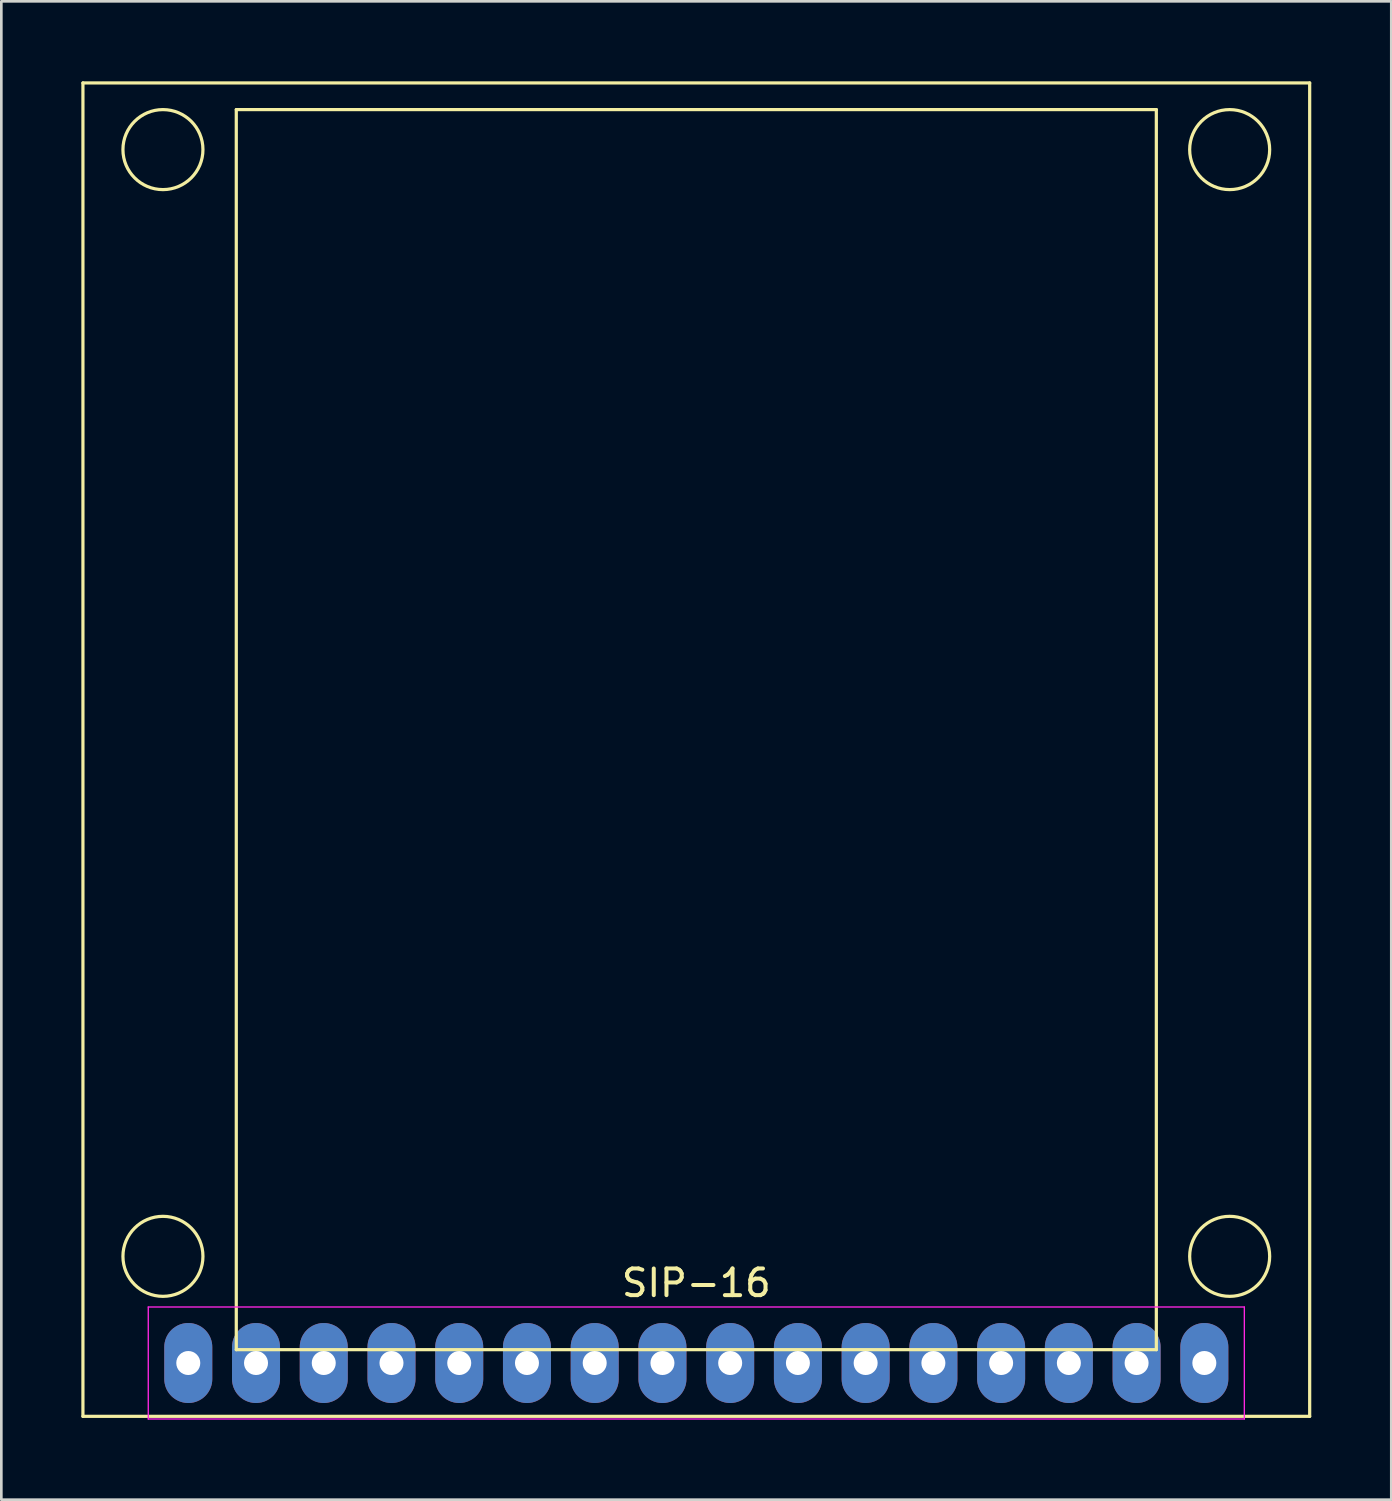
<source format=kicad_pcb>
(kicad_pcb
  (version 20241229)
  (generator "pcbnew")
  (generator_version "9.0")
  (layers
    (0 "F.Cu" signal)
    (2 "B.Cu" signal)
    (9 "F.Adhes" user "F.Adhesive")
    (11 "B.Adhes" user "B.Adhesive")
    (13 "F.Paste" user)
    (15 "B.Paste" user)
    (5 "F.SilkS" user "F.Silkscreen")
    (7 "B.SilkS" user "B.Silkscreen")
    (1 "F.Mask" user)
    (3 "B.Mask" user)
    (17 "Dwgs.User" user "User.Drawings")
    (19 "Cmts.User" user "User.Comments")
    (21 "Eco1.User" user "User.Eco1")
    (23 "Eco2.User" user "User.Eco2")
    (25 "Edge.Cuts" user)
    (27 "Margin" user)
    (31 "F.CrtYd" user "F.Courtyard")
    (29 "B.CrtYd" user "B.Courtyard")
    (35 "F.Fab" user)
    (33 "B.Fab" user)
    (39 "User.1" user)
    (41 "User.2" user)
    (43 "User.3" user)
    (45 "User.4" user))
  (footprint "SIP-16"
    (layer "F.Cu")
    (at 23.06 48.06)
    (property "Reference" "SIP-16" (at 0 -3 0) (layer "F.SilkS") (effects (font (size 1 1) (thickness 0.15))))
    (attr through_hole)
    (fp_line (start -23 -48) (end 23 -48) (stroke (width 0.12) (type solid)) (layer "F.SilkS"))
    (fp_line (start -23 2) (end -23 -48) (stroke (width 0.12) (type solid)) (layer "F.SilkS"))
    (fp_line (start -17.25 -47) (end 17.25 -47) (stroke (width 0.12) (type solid)) (layer "F.SilkS"))
    (fp_line (start -17.25 -0.5) (end -17.25 -47) (stroke (width 0.12) (type solid)) (layer "F.SilkS"))
    (fp_line (start 17.25 -47) (end 17.25 -0.5) (stroke (width 0.12) (type solid)) (layer "F.SilkS"))
    (fp_line (start 17.25 -0.5) (end -17.25 -0.5) (stroke (width 0.12) (type solid)) (layer "F.SilkS"))
    (fp_line (start 23 2) (end -23 2) (stroke (width 0.12) (type solid)) (layer "F.SilkS"))
    (fp_line (start 23 2) (end 23 -48) (stroke (width 0.12) (type solid)) (layer "F.SilkS"))
    (fp_circle (center -20 -45.5) (end -18.5 -45.5) (stroke (width 0.12) (type solid)) (fill no) (layer "F.SilkS"))
    (fp_circle (center -20 -4) (end -18.5 -4) (stroke (width 0.12) (type solid)) (fill no) (layer "F.SilkS"))
    (fp_circle (center 20 -45.5) (end 21.5 -45.5) (stroke (width 0.12) (type solid)) (fill no) (layer "F.SilkS"))
    (fp_circle (center 20 -4) (end 21.5 -4) (stroke (width 0.12) (type solid)) (fill no) (layer "F.SilkS"))
    (fp_line (start -20.55 -2.1) (end 20.55 -2.1) (stroke (width 0.05) (type solid)) (layer "F.CrtYd"))
    (fp_line (start -20.55 2.1) (end -20.55 -2.1) (stroke (width 0.05) (type solid)) (layer "F.CrtYd"))
    (fp_line (start 20.55 -2.1) (end 20.55 2.1) (stroke (width 0.05) (type solid)) (layer "F.CrtYd"))
    (fp_line (start 20.55 2.1) (end -20.55 2.1) (stroke (width 0.05) (type solid)) (layer "F.CrtYd"))
    (pad "1" thru_hole oval (at -19.05 0) (size 1.8 3) (drill 0.9) (layers "*.Cu" "*.Mask"))
    (pad "2" thru_hole oval (at -16.51 0) (size 1.8 3) (drill 0.9) (layers "*.Cu" "*.Mask"))
    (pad "3" thru_hole oval (at -13.97 0) (size 1.8 3) (drill 0.9) (layers "*.Cu" "*.Mask"))
    (pad "4" thru_hole oval (at -11.43 0) (size 1.8 3) (drill 0.9) (layers "*.Cu" "*.Mask"))
    (pad "5" thru_hole oval (at -8.89 0) (size 1.8 3) (drill 0.9) (layers "*.Cu" "*.Mask"))
    (pad "6" thru_hole oval (at -6.35 0) (size 1.8 3) (drill 0.9) (layers "*.Cu" "*.Mask"))
    (pad "7" thru_hole oval (at -3.81 0) (size 1.8 3) (drill 0.9) (layers "*.Cu" "*.Mask"))
    (pad "8" thru_hole oval (at -1.27 0) (size 1.8 3) (drill 0.9) (layers "*.Cu" "*.Mask"))
    (pad "9" thru_hole oval (at 1.27 0) (size 1.8 3) (drill 0.9) (layers "*.Cu" "*.Mask"))
    (pad "10" thru_hole oval (at 3.81 0) (size 1.8 3) (drill 0.9) (layers "*.Cu" "*.Mask"))
    (pad "11" thru_hole oval (at 6.35 0) (size 1.8 3) (drill 0.9) (layers "*.Cu" "*.Mask"))
    (pad "12" thru_hole oval (at 8.89 0) (size 1.8 3) (drill 0.9) (layers "*.Cu" "*.Mask"))
    (pad "13" thru_hole oval (at 11.43 0) (size 1.8 3) (drill 0.9) (layers "*.Cu" "*.Mask"))
    (pad "14" thru_hole oval (at 13.97 0) (size 1.8 3) (drill 0.9) (layers "*.Cu" "*.Mask"))
    (pad "15" thru_hole oval (at 16.51 0) (size 1.8 3) (drill 0.9) (layers "*.Cu" "*.Mask"))
    (pad "16" thru_hole oval (at 19.05 0) (size 1.8 3) (drill 0.9) (layers "*.Cu" "*.Mask")))
  (gr_rect
    (start -3 -3)
    (end 49.12 53.185)
    (stroke (width 0.1) (type default))
    (fill no)
    (layer "Edge.Cuts")))
</source>
